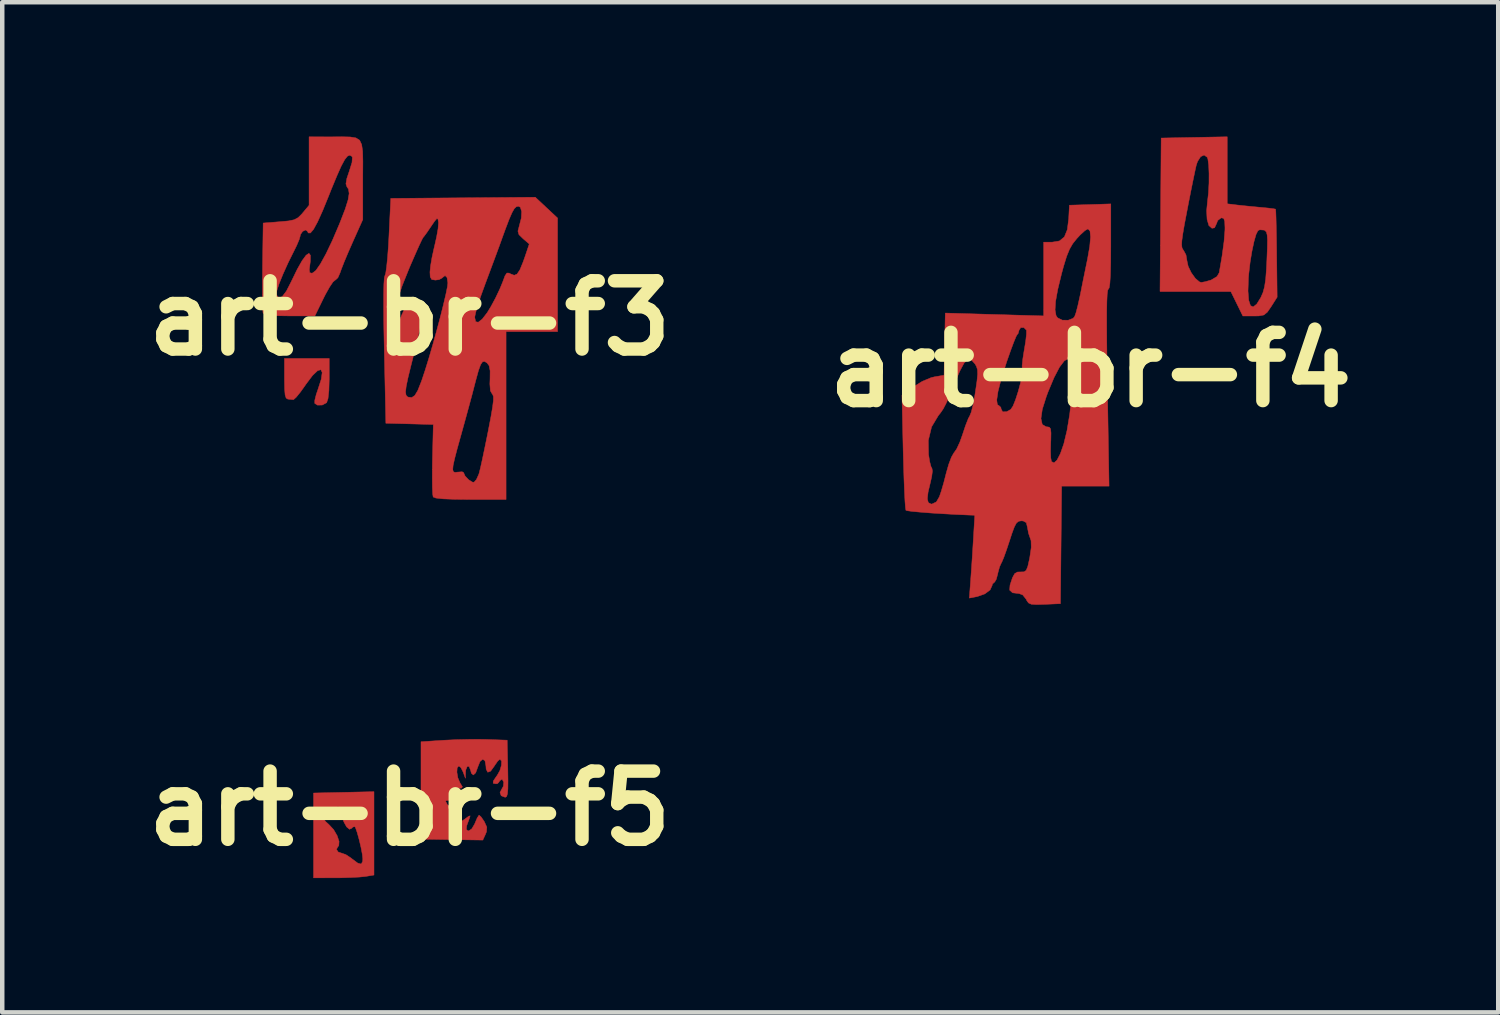
<source format=kicad_pcb>
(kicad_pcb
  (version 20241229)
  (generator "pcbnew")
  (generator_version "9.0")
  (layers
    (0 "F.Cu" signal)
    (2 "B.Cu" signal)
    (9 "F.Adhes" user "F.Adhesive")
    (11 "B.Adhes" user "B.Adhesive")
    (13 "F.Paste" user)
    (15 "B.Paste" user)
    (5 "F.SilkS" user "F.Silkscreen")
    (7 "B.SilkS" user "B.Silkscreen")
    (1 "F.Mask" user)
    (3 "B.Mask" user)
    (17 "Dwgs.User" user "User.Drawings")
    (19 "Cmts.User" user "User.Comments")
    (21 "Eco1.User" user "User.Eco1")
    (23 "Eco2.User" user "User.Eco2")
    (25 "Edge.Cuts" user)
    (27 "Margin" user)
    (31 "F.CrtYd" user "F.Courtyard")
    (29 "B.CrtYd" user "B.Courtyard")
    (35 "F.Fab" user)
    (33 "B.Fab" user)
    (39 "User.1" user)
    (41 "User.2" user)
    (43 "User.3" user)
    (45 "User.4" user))
  (footprint "art-br-f3"
    (layer "F.Cu")
    (at 6.103 4.056)
    (property "Reference" "art-br-f3" (at 0 0 0) (layer "F.SilkS") (effects (font (size 1.524 1.524) (thickness 0.3))))
    (attr through_hole)
    (fp_poly (pts (xy -1.8 1.365) (xy -1.807 1.62) (xy -1.827 1.798) (xy -1.858 1.888) (xy -1.86 1.89) (xy -1.958 1.941) (xy -2.064 1.942) (xy -2.123 1.903) (xy -2.122 1.834) (xy -2.09 1.705) (xy -2.051 1.591) (xy -1.977 1.361) (xy -1.957 1.214) (xy -1.986 1.151) (xy -2.06 1.173) (xy -2.174 1.282) (xy -2.322 1.479) (xy -2.336 1.5) (xy -2.445 1.653) (xy -2.537 1.766) (xy -2.595 1.818) (xy -2.602 1.82) (xy -2.693 1.811) (xy -2.725 1.808) (xy -2.762 1.785) (xy -2.785 1.716) (xy -2.796 1.583) (xy -2.8 1.368) (xy -2.8 1.35) (xy -2.8 0.9) (xy -1.8 0.9) (xy -1.8 1.365)) (stroke (width 0.01) (type solid)) (fill yes) (layer "F.Cu"))
    (fp_poly (pts (xy -1.332 -4.047) (xy -1.204 -4.026) (xy -1.121 -3.974) (xy -1.075 -3.877) (xy -1.053 -3.724) (xy -1.048 -3.5) (xy -1.05 -3.193) (xy -1.05 -3.095) (xy -1.05 -2.202) (xy -1.28 -1.689) (xy -1.379 -1.463) (xy -1.466 -1.256) (xy -1.53 -1.092) (xy -1.558 -1.012) (xy -1.606 -0.903) (xy -1.662 -0.851) (xy -1.667 -0.85) (xy -1.716 -0.808) (xy -1.792 -0.695) (xy -1.883 -0.533) (xy -1.925 -0.45) (xy -2.12 -0.05) (xy -2.687 -0.05) (xy -2.956 -0.054) (xy -3.137 -0.065) (xy -3.24 -0.086) (xy -3.278 -0.114) (xy -3.285 -0.182) (xy -3.289 -0.333) (xy -3.292 -0.523) (xy -2.981 -0.523) (xy -2.98 -0.521) (xy -2.925 -0.452) (xy -2.85 -0.481) (xy -2.756 -0.605) (xy -2.65 -0.812) (xy -2.517 -1.086) (xy -2.405 -1.285) (xy -2.315 -1.407) (xy -2.252 -1.448) (xy -2.22 -1.404) (xy -2.221 -1.273) (xy -2.228 -1.22) (xy -2.245 -1.081) (xy -2.236 -1.017) (xy -2.194 -1.004) (xy -2.173 -1.008) (xy -2.097 -1.066) (xy -1.996 -1.212) (xy -1.872 -1.437) (xy -1.73 -1.734) (xy -1.575 -2.096) (xy -1.548 -2.164) (xy -1.441 -2.441) (xy -1.378 -2.643) (xy -1.355 -2.786) (xy -1.37 -2.883) (xy -1.405 -2.935) (xy -1.427 -3) (xy -1.406 -3.121) (xy -1.353 -3.278) (xy -1.291 -3.477) (xy -1.283 -3.593) (xy -1.296 -3.616) (xy -1.342 -3.64) (xy -1.393 -3.618) (xy -1.455 -3.539) (xy -1.532 -3.396) (xy -1.629 -3.178) (xy -1.753 -2.879) (xy -1.807 -2.742) (xy -1.947 -2.399) (xy -2.061 -2.147) (xy -2.151 -1.983) (xy -2.219 -1.903) (xy -2.267 -1.903) (xy -2.289 -1.943) (xy -2.332 -1.97) (xy -2.394 -1.937) (xy -2.442 -1.868) (xy -2.45 -1.827) (xy -2.472 -1.752) (xy -2.527 -1.622) (xy -2.577 -1.521) (xy -2.717 -1.239) (xy -2.833 -0.982) (xy -2.92 -0.768) (xy -2.971 -0.609) (xy -2.981 -0.523) (xy -3.292 -0.523) (xy -3.292 -0.552) (xy -3.292 -0.821) (xy -3.289 -1.123) (xy -3.289 -1.151) (xy -3.275 -2.125) (xy -2.904 -2.154) (xy -2.708 -2.172) (xy -2.583 -2.198) (xy -2.496 -2.244) (xy -2.418 -2.32) (xy -2.391 -2.352) (xy -2.25 -2.521) (xy -2.25 -3.286) (xy -2.25 -4.05) (xy -1.762 -4.049) (xy -1.515 -4.051) (xy -1.332 -4.047)) (stroke (width 0.01) (type solid)) (fill yes) (layer "F.Cu"))
    (fp_poly (pts (xy 3.3 -2.236) (xy 3.3 -0.968) (xy 3.3 0.3) (xy 2.15 0.3) (xy 2.15 4.05) (xy 1.353 4.05) (xy 1.001 4.046) (xy 0.743 4.036) (xy 0.583 4.018) (xy 0.522 3.995) (xy 0.511 3.928) (xy 0.504 3.78) (xy 0.502 3.569) (xy 0.503 3.385) (xy 0.959 3.385) (xy 0.974 3.432) (xy 1.012 3.445) (xy 1.071 3.438) (xy 1.075 3.438) (xy 1.168 3.431) (xy 1.2 3.447) (xy 1.234 3.524) (xy 1.311 3.607) (xy 1.395 3.661) (xy 1.434 3.665) (xy 1.488 3.604) (xy 1.541 3.486) (xy 1.55 3.458) (xy 1.578 3.345) (xy 1.62 3.156) (xy 1.671 2.914) (xy 1.727 2.641) (xy 1.754 2.505) (xy 1.812 2.203) (xy 1.849 1.985) (xy 1.867 1.838) (xy 1.867 1.748) (xy 1.85 1.703) (xy 1.841 1.694) (xy 1.8 1.623) (xy 1.788 1.471) (xy 1.792 1.361) (xy 1.794 1.176) (xy 1.772 1.063) (xy 1.727 1.002) (xy 1.67 0.966) (xy 1.624 0.975) (xy 1.581 1.039) (xy 1.533 1.172) (xy 1.474 1.387) (xy 1.451 1.475) (xy 1.393 1.7) (xy 1.316 1.985) (xy 1.231 2.296) (xy 1.148 2.595) (xy 1.143 2.613) (xy 1.058 2.919) (xy 1 3.141) (xy 0.967 3.292) (xy 0.959 3.385) (xy 0.503 3.385) (xy 0.503 3.313) (xy 0.506 3.157) (xy 0.525 2.375) (xy -0.535 2.347) (xy -0.57 0.716) (xy -0.58 0.215) (xy -0.582 0.043) (xy -0.343 0.043) (xy -0.325 0.135) (xy -0.284 0.132) (xy -0.223 0.032) (xy -0.178 -0.075) (xy -0.113 -0.217) (xy -0.047 -0.285) (xy 0.029 -0.3) (xy 0.127 -0.273) (xy 0.15 -0.225) (xy 0.177 -0.158) (xy 0.2 -0.15) (xy 0.235 -0.107) (xy 0.25 -0.002) (xy 0.25 -0.001) (xy 0.248 0.072) (xy 0.239 0.154) (xy 0.219 0.262) (xy 0.187 0.411) (xy 0.137 0.618) (xy 0.067 0.897) (xy 0.024 1.067) (xy -0.042 1.337) (xy -0.081 1.526) (xy -0.095 1.649) (xy -0.084 1.721) (xy -0.051 1.757) (xy -0.037 1.763) (xy 0.043 1.773) (xy 0.111 1.728) (xy 0.178 1.616) (xy 0.255 1.422) (xy 0.269 1.384) (xy 0.343 1.162) (xy 0.426 0.893) (xy 0.513 0.594) (xy 0.599 0.284) (xy 0.68 -0.018) (xy 1.45 -0.018) (xy 1.471 0.079) (xy 1.529 0.091) (xy 1.617 0.022) (xy 1.729 -0.123) (xy 1.807 -0.25) (xy 1.915 -0.45) (xy 2.012 -0.655) (xy 2.076 -0.811) (xy 2.127 -0.948) (xy 2.169 -1.008) (xy 2.219 -1.006) (xy 2.256 -0.986) (xy 2.332 -0.958) (xy 2.396 -0.985) (xy 2.459 -1.079) (xy 2.53 -1.253) (xy 2.572 -1.371) (xy 2.668 -1.656) (xy 2.529 -1.776) (xy 2.438 -1.865) (xy 2.415 -1.944) (xy 2.444 -2.056) (xy 2.49 -2.234) (xy 2.498 -2.382) (xy 2.469 -2.477) (xy 2.427 -2.5) (xy 2.379 -2.489) (xy 2.333 -2.445) (xy 2.282 -2.355) (xy 2.217 -2.205) (xy 2.132 -1.981) (xy 2.08 -1.838) (xy 1.994 -1.599) (xy 1.886 -1.307) (xy 1.772 -1.001) (xy 1.682 -0.759) (xy 1.594 -0.518) (xy 1.522 -0.3) (xy 1.472 -0.129) (xy 1.45 -0.025) (xy 1.45 -0.018) (xy 0.68 -0.018) (xy 0.68 -0.019) (xy 0.75 -0.297) (xy 0.805 -0.531) (xy 0.84 -0.703) (xy 0.85 -0.787) (xy 0.832 -0.907) (xy 0.788 -0.951) (xy 0.73 -0.907) (xy 0.725 -0.9) (xy 0.656 -0.861) (xy 0.572 -0.85) (xy 0.49 -0.863) (xy 0.456 -0.922) (xy 0.45 -1.029) (xy 0.463 -1.164) (xy 0.496 -1.357) (xy 0.543 -1.571) (xy 0.553 -1.611) (xy 0.599 -1.816) (xy 0.631 -1.998) (xy 0.641 -2.126) (xy 0.64 -2.144) (xy 0.628 -2.214) (xy 0.604 -2.224) (xy 0.554 -2.166) (xy 0.475 -2.05) (xy 0.387 -1.92) (xy 0.319 -1.827) (xy 0.296 -1.8) (xy 0.267 -1.747) (xy 0.207 -1.619) (xy 0.124 -1.433) (xy 0.025 -1.206) (xy -0.018 -1.105) (xy -0.172 -0.721) (xy -0.277 -0.407) (xy -0.33 -0.171) (xy -0.334 -0.143) (xy -0.343 0.043) (xy -0.582 0.043) (xy -0.584 -0.201) (xy -0.584 -0.527) (xy -0.579 -0.762) (xy -0.569 -0.903) (xy -0.557 -0.946) (xy -0.538 -1.004) (xy -0.518 -1.144) (xy -0.497 -1.351) (xy -0.478 -1.606) (xy -0.466 -1.826) (xy -0.425 -2.675) (xy 1.189 -2.688) (xy 2.803 -2.701) (xy 3.3 -2.236)) (stroke (width 0.01) (type solid)) (fill yes) (layer "F.Cu")))
  (footprint "art-br-f5"
    (layer "F.Cu")
    (at 6.103 15.007)
    (property "Reference" "art-br-f5" (at 0 0 0) (layer "F.SilkS") (effects (font (size 1.524 1.524) (thickness 0.3))))
    (attr through_hole)
    (fp_poly (pts (xy -0.8 0.556) (xy -0.8 1.487) (xy -0.988 1.518) (xy -1.121 1.532) (xy -1.321 1.542) (xy -1.552 1.549) (xy -1.663 1.549) (xy -2.15 1.55) (xy -2.15 0.211) (xy -1.941 0.211) (xy -1.88 0.293) (xy -1.807 0.359) (xy -1.702 0.472) (xy -1.623 0.607) (xy -1.58 0.736) (xy -1.586 0.831) (xy -1.606 0.854) (xy -1.638 0.913) (xy -1.599 0.973) (xy -1.517 1) (xy -1.43 1.03) (xy -1.315 1.106) (xy -1.291 1.125) (xy -1.162 1.221) (xy -1.086 1.241) (xy -1.054 1.185) (xy -1.05 1.127) (xy -1.062 1.018) (xy -1.092 0.861) (xy -1.133 0.689) (xy -1.176 0.535) (xy -1.213 0.43) (xy -1.227 0.406) (xy -1.273 0.415) (xy -1.294 0.44) (xy -1.347 0.465) (xy -1.412 0.411) (xy -1.474 0.299) (xy -1.519 0.147) (xy -1.521 0.138) (xy -1.558 -0.002) (xy -1.604 -0.042) (xy -1.66 0.015) (xy -1.692 0.078) (xy -1.757 0.17) (xy -1.841 0.178) (xy -1.85 0.175) (xy -1.932 0.167) (xy -1.941 0.211) (xy -2.15 0.211) (xy -2.15 -0.345) (xy -1.475 -0.36) (xy -0.8 -0.375) (xy -0.8 0.556)) (stroke (width 0.01) (type solid)) (fill yes) (layer "F.Cu"))
    (fp_poly (pts (xy 1.643 -1.543) (xy 1.725 -1.541) (xy 2.175 -1.525) (xy 2.189 -0.887) (xy 2.193 -0.62) (xy 2.191 -0.437) (xy 2.181 -0.325) (xy 2.162 -0.267) (xy 2.133 -0.25) (xy 2.129 -0.25) (xy 2.041 -0.284) (xy 2.015 -0.358) (xy 2.044 -0.414) (xy 2.089 -0.497) (xy 2.097 -0.589) (xy 2.067 -0.646) (xy 2.05 -0.65) (xy 2.001 -0.612) (xy 2 -0.6) (xy 1.96 -0.556) (xy 1.925 -0.55) (xy 1.862 -0.563) (xy 1.865 -0.613) (xy 1.934 -0.716) (xy 1.95 -0.736) (xy 2.011 -0.845) (xy 2.046 -0.964) (xy 2.049 -1.06) (xy 2.013 -1.1) (xy 2.013 -1.1) (xy 1.965 -1.06) (xy 1.899 -0.965) (xy 1.89 -0.95) (xy 1.805 -0.833) (xy 1.741 -0.809) (xy 1.705 -0.877) (xy 1.7 -0.95) (xy 1.679 -1.066) (xy 1.628 -1.099) (xy 1.568 -1.049) (xy 1.517 -0.922) (xy 1.471 -0.795) (xy 1.419 -0.748) (xy 1.375 -0.787) (xy 1.359 -0.848) (xy 1.325 -0.937) (xy 1.282 -0.938) (xy 1.25 -0.859) (xy 1.246 -0.812) (xy 1.242 -0.675) (xy 1.192 -0.812) (xy 1.142 -0.911) (xy 1.096 -0.95) (xy 1.058 -0.909) (xy 1.052 -0.809) (xy 1.073 -0.685) (xy 1.12 -0.574) (xy 1.128 -0.561) (xy 1.175 -0.484) (xy 1.154 -0.455) (xy 1.049 -0.45) (xy 0.938 -0.432) (xy 0.914 -0.387) (xy 0.972 -0.333) (xy 1.091 -0.288) (xy 1.218 -0.24) (xy 1.253 -0.196) (xy 1.202 -0.167) (xy 1.071 -0.167) (xy 1.025 -0.172) (xy 0.892 -0.184) (xy 0.811 -0.175) (xy 0.8 -0.163) (xy 0.842 -0.079) (xy 0.938 -0.015) (xy 1.007 0) (xy 1.107 0.033) (xy 1.132 0.111) (xy 1.1 0.176) (xy 1.049 0.266) (xy 1.072 0.307) (xy 1.152 0.289) (xy 1.223 0.242) (xy 1.316 0.173) (xy 1.348 0.165) (xy 1.333 0.216) (xy 1.329 0.226) (xy 1.272 0.382) (xy 1.262 0.468) (xy 1.298 0.499) (xy 1.316 0.5) (xy 1.383 0.457) (xy 1.447 0.349) (xy 1.457 0.325) (xy 1.505 0.212) (xy 1.544 0.152) (xy 1.549 0.15) (xy 1.592 0.189) (xy 1.657 0.283) (xy 1.665 0.296) (xy 1.72 0.417) (xy 1.713 0.519) (xy 1.691 0.574) (xy 1.631 0.706) (xy 0.941 0.696) (xy 0.25 0.685) (xy 0.25 -1.49) (xy 0.762 -1.524) (xy 1.047 -1.537) (xy 1.358 -1.544) (xy 1.643 -1.543)) (stroke (width 0.01) (type solid)) (fill yes) (layer "F.Cu")))
  (footprint "art-br-f4"
    (layer "F.Cu")
    (at 21.31 5.208)
    (property "Reference" "art-br-f4" (at 0 0 0) (layer "F.SilkS") (effects (font (size 1.524 1.524) (thickness 0.3))))
    (attr through_hole)
    (fp_poly (pts (xy 3.05 -3.706) (xy 3.263 -3.68) (xy 3.432 -3.662) (xy 3.645 -3.641) (xy 3.796 -3.627) (xy 3.963 -3.611) (xy 4.083 -3.596) (xy 4.13 -3.587) (xy 4.135 -3.535) (xy 4.14 -3.399) (xy 4.145 -3.193) (xy 4.15 -2.934) (xy 4.154 -2.637) (xy 4.154 -2.597) (xy 4.165 -1.621) (xy 4.032 -1.411) (xy 3.945 -1.285) (xy 3.868 -1.223) (xy 3.758 -1.202) (xy 3.649 -1.2) (xy 3.399 -1.2) (xy 3.264 -1.475) (xy 3.129 -1.75) (xy 1.549 -1.75) (xy 1.549 -1.759) (xy 3.514 -1.759) (xy 3.53 -1.552) (xy 3.569 -1.433) (xy 3.629 -1.403) (xy 3.709 -1.466) (xy 3.8 -1.613) (xy 3.849 -1.725) (xy 3.884 -1.854) (xy 3.909 -2.022) (xy 3.926 -2.251) (xy 3.936 -2.455) (xy 3.946 -2.717) (xy 3.949 -2.897) (xy 3.942 -3.01) (xy 3.925 -3.075) (xy 3.895 -3.108) (xy 3.873 -3.119) (xy 3.776 -3.126) (xy 3.736 -3.106) (xy 3.694 -3.022) (xy 3.648 -2.861) (xy 3.602 -2.647) (xy 3.562 -2.405) (xy 3.533 -2.156) (xy 3.524 -2.05) (xy 3.514 -1.759) (xy 1.549 -1.759) (xy 1.557 -2.782) (xy 2.032 -2.782) (xy 2.042 -2.719) (xy 2.065 -2.678) (xy 2.073 -2.669) (xy 2.129 -2.566) (xy 2.15 -2.439) (xy 2.178 -2.31) (xy 2.247 -2.167) (xy 2.338 -2.04) (xy 2.43 -1.962) (xy 2.47 -1.95) (xy 2.56 -1.966) (xy 2.688 -2.003) (xy 2.693 -2.005) (xy 2.822 -2.082) (xy 2.871 -2.167) (xy 2.935 -2.541) (xy 2.979 -2.864) (xy 2.999 -3.116) (xy 3 -3.172) (xy 2.994 -3.315) (xy 2.971 -3.381) (xy 2.921 -3.392) (xy 2.913 -3.391) (xy 2.838 -3.334) (xy 2.809 -3.259) (xy 2.767 -3.17) (xy 2.709 -3.16) (xy 2.64 -3.221) (xy 2.6 -3.358) (xy 2.59 -3.552) (xy 2.609 -3.75) (xy 2.631 -3.945) (xy 2.643 -4.166) (xy 2.644 -4.385) (xy 2.636 -4.574) (xy 2.618 -4.707) (xy 2.604 -4.745) (xy 2.534 -4.795) (xy 2.456 -4.759) (xy 2.387 -4.651) (xy 2.358 -4.565) (xy 2.333 -4.452) (xy 2.293 -4.261) (xy 2.243 -4.016) (xy 2.188 -3.737) (xy 2.154 -3.56) (xy 2.096 -3.257) (xy 2.058 -3.036) (xy 2.037 -2.882) (xy 2.032 -2.782) (xy 1.557 -2.782) (xy 1.562 -3.462) (xy 1.575 -5.175) (xy 2.312 -5.189) (xy 3.05 -5.203) (xy 3.05 -3.706)) (stroke (width 0.01) (type solid)) (fill yes) (layer "F.Cu"))
    (fp_poly (pts (xy 0.45 -2.752) (xy 0.448 -2.386) (xy 0.441 -2.113) (xy 0.429 -1.929) (xy 0.413 -1.827) (xy 0.394 -1.8) (xy 0.38 -1.771) (xy 0.369 -1.681) (xy 0.362 -1.524) (xy 0.358 -1.294) (xy 0.358 -0.986) (xy 0.36 -0.594) (xy 0.366 -0.113) (xy 0.374 0.4) (xy 0.411 2.6) (xy -0.648 2.6) (xy -0.675 5.225) (xy -1.029 5.24) (xy -1.214 5.245) (xy -1.326 5.237) (xy -1.388 5.209) (xy -1.427 5.155) (xy -1.44 5.127) (xy -1.517 5.03) (xy -1.595 5) (xy -1.744 4.982) (xy -1.81 4.922) (xy -1.801 4.811) (xy -1.801 4.809) (xy -1.746 4.643) (xy -1.696 4.553) (xy -1.634 4.518) (xy -1.559 4.516) (xy -1.487 4.514) (xy -1.44 4.481) (xy -1.405 4.397) (xy -1.369 4.239) (xy -1.361 4.2) (xy -1.327 3.97) (xy -1.331 3.819) (xy -1.346 3.775) (xy -1.389 3.65) (xy -1.411 3.525) (xy -1.437 3.416) (xy -1.505 3.378) (xy -1.548 3.375) (xy -1.608 3.384) (xy -1.657 3.423) (xy -1.704 3.509) (xy -1.76 3.66) (xy -1.813 3.824) (xy -1.88 4.025) (xy -1.94 4.192) (xy -1.985 4.299) (xy -1.999 4.324) (xy -2.035 4.404) (xy -2.071 4.535) (xy -2.076 4.562) (xy -2.109 4.683) (xy -2.147 4.747) (xy -2.156 4.75) (xy -2.196 4.79) (xy -2.2 4.817) (xy -2.246 4.918) (xy -2.365 5.007) (xy -2.533 5.066) (xy -2.543 5.068) (xy -2.71 5.1) (xy -2.681 4.712) (xy -2.665 4.487) (xy -2.646 4.208) (xy -2.628 3.919) (xy -2.62 3.788) (xy -2.588 3.25) (xy -2.707 3.246) (xy -3.002 3.233) (xy -3.295 3.217) (xy -3.569 3.2) (xy -3.806 3.181) (xy -3.989 3.164) (xy -4.101 3.148) (xy -4.126 3.14) (xy -4.136 3.083) (xy -4.147 2.94) (xy -4.15 2.884) (xy -3.648 2.884) (xy -3.626 2.968) (xy -3.565 2.999) (xy -3.547 3) (xy -3.447 2.953) (xy -3.379 2.837) (xy -3.335 2.708) (xy -3.28 2.519) (xy -3.227 2.312) (xy -3.224 2.3) (xy -3.169 2.109) (xy -3.109 1.951) (xy -3.054 1.855) (xy -3.048 1.849) (xy -2.99 1.764) (xy -2.921 1.615) (xy -2.856 1.433) (xy -2.855 1.428) (xy -2.795 1.248) (xy -2.738 1.103) (xy -2.732 1.09) (xy -1.11 1.09) (xy -1.081 1.222) (xy -0.994 1.274) (xy -0.975 1.275) (xy -0.924 1.283) (xy -0.895 1.321) (xy -0.886 1.411) (xy -0.889 1.573) (xy -0.892 1.635) (xy -0.896 1.82) (xy -0.891 1.967) (xy -0.876 2.047) (xy -0.875 2.05) (xy -0.819 2.08) (xy -0.751 2.018) (xy -0.676 1.873) (xy -0.6 1.656) (xy -0.528 1.357) (xy -0.468 0.995) (xy -0.425 0.604) (xy -0.402 0.222) (xy -0.4 0.087) (xy -0.403 -0.093) (xy -0.417 -0.195) (xy -0.446 -0.24) (xy -0.496 -0.25) (xy -0.587 -0.201) (xy -0.696 -0.058) (xy -0.819 0.178) (xy -0.955 0.503) (xy -0.99 0.598) (xy -1.08 0.882) (xy -1.11 1.09) (xy -2.732 1.09) (xy -2.697 1.022) (xy -2.696 1.02) (xy -2.666 0.945) (xy -2.629 0.797) (xy -2.606 0.678) (xy -2.098 0.678) (xy -2.083 0.781) (xy -2.05 0.8) (xy -2.006 0.84) (xy -2 0.875) (xy -1.966 0.94) (xy -1.879 0.938) (xy -1.785 0.887) (xy -1.735 0.812) (xy -1.677 0.668) (xy -1.618 0.485) (xy -1.567 0.295) (xy -1.532 0.126) (xy -1.523 0.009) (xy -1.528 -0.014) (xy -1.531 -0.092) (xy -1.516 -0.237) (xy -1.487 -0.422) (xy -1.482 -0.449) (xy -1.451 -0.637) (xy -1.434 -0.791) (xy -1.434 -0.88) (xy -1.436 -0.886) (xy -1.492 -0.942) (xy -1.563 -0.941) (xy -1.6 -0.883) (xy -1.6 -0.879) (xy -1.622 -0.804) (xy -1.637 -0.792) (xy -1.666 -0.741) (xy -1.719 -0.613) (xy -1.789 -0.425) (xy -1.869 -0.198) (xy -1.887 -0.143) (xy -2 0.214) (xy -2.07 0.488) (xy -2.098 0.678) (xy -2.606 0.678) (xy -2.591 0.6) (xy -2.572 0.477) (xy -2.539 0.251) (xy -2.525 0.1) (xy -2.528 -0.000134) (xy -2.55 -0.072) (xy -2.582 -0.129) (xy -2.666 -0.221) (xy -2.747 -0.227) (xy -2.83 -0.145) (xy -2.923 0.03) (xy -2.964 0.125) (xy -3.079 0.409) (xy -3.167 0.617) (xy -3.236 0.766) (xy -3.293 0.874) (xy -3.349 0.957) (xy -3.403 1.025) (xy -3.553 1.276) (xy -3.626 1.579) (xy -3.621 1.891) (xy -3.596 2.05) (xy -3.566 2.164) (xy -3.545 2.202) (xy -3.534 2.261) (xy -3.55 2.385) (xy -3.576 2.502) (xy -3.631 2.733) (xy -3.648 2.884) (xy -4.15 2.884) (xy -4.158 2.725) (xy -4.169 2.45) (xy -4.179 2.131) (xy -4.187 1.839) (xy -4.215 0.569) (xy -3.96 0.383) (xy -3.762 0.26) (xy -3.564 0.177) (xy -3.49 0.159) (xy -3.275 0.122) (xy -3.261 -0.572) (xy -3.247 -1.266) (xy -2.149 -1.234) (xy -1.05 -1.202) (xy -1.05 -1.337) (xy -0.795 -1.337) (xy -0.773 -1.211) (xy -0.74 -1.16) (xy -0.634 -1.108) (xy -0.502 -1.106) (xy -0.391 -1.149) (xy -0.358 -1.188) (xy -0.327 -1.275) (xy -0.286 -1.432) (xy -0.242 -1.63) (xy -0.227 -1.7) (xy -0.177 -1.952) (xy -0.122 -2.221) (xy -0.075 -2.45) (xy -0.071 -2.469) (xy -0.021 -2.753) (xy -0.002 -2.966) (xy -0.015 -3.099) (xy -0.059 -3.145) (xy -0.062 -3.145) (xy -0.128 -3.108) (xy -0.23 -3.015) (xy -0.312 -2.927) (xy -0.402 -2.814) (xy -0.473 -2.69) (xy -0.537 -2.532) (xy -0.604 -2.314) (xy -0.65 -2.145) (xy -0.735 -1.795) (xy -0.783 -1.528) (xy -0.795 -1.337) (xy -1.05 -1.337) (xy -1.05 -2.85) (xy -0.856 -2.85) (xy -0.696 -2.877) (xy -0.587 -2.967) (xy -0.521 -3.13) (xy -0.49 -3.377) (xy -0.49 -3.382) (xy -0.475 -3.675) (xy -0.013 -3.689) (xy 0.45 -3.704) (xy 0.45 -2.752)) (stroke (width 0.01) (type solid)) (fill yes) (layer "F.Cu")))
  (gr_rect
    (start -3 -3)
    (end 30.413 19.562)
    (stroke (width 0.1) (type default))
    (fill no)
    (layer "Edge.Cuts")))
</source>
